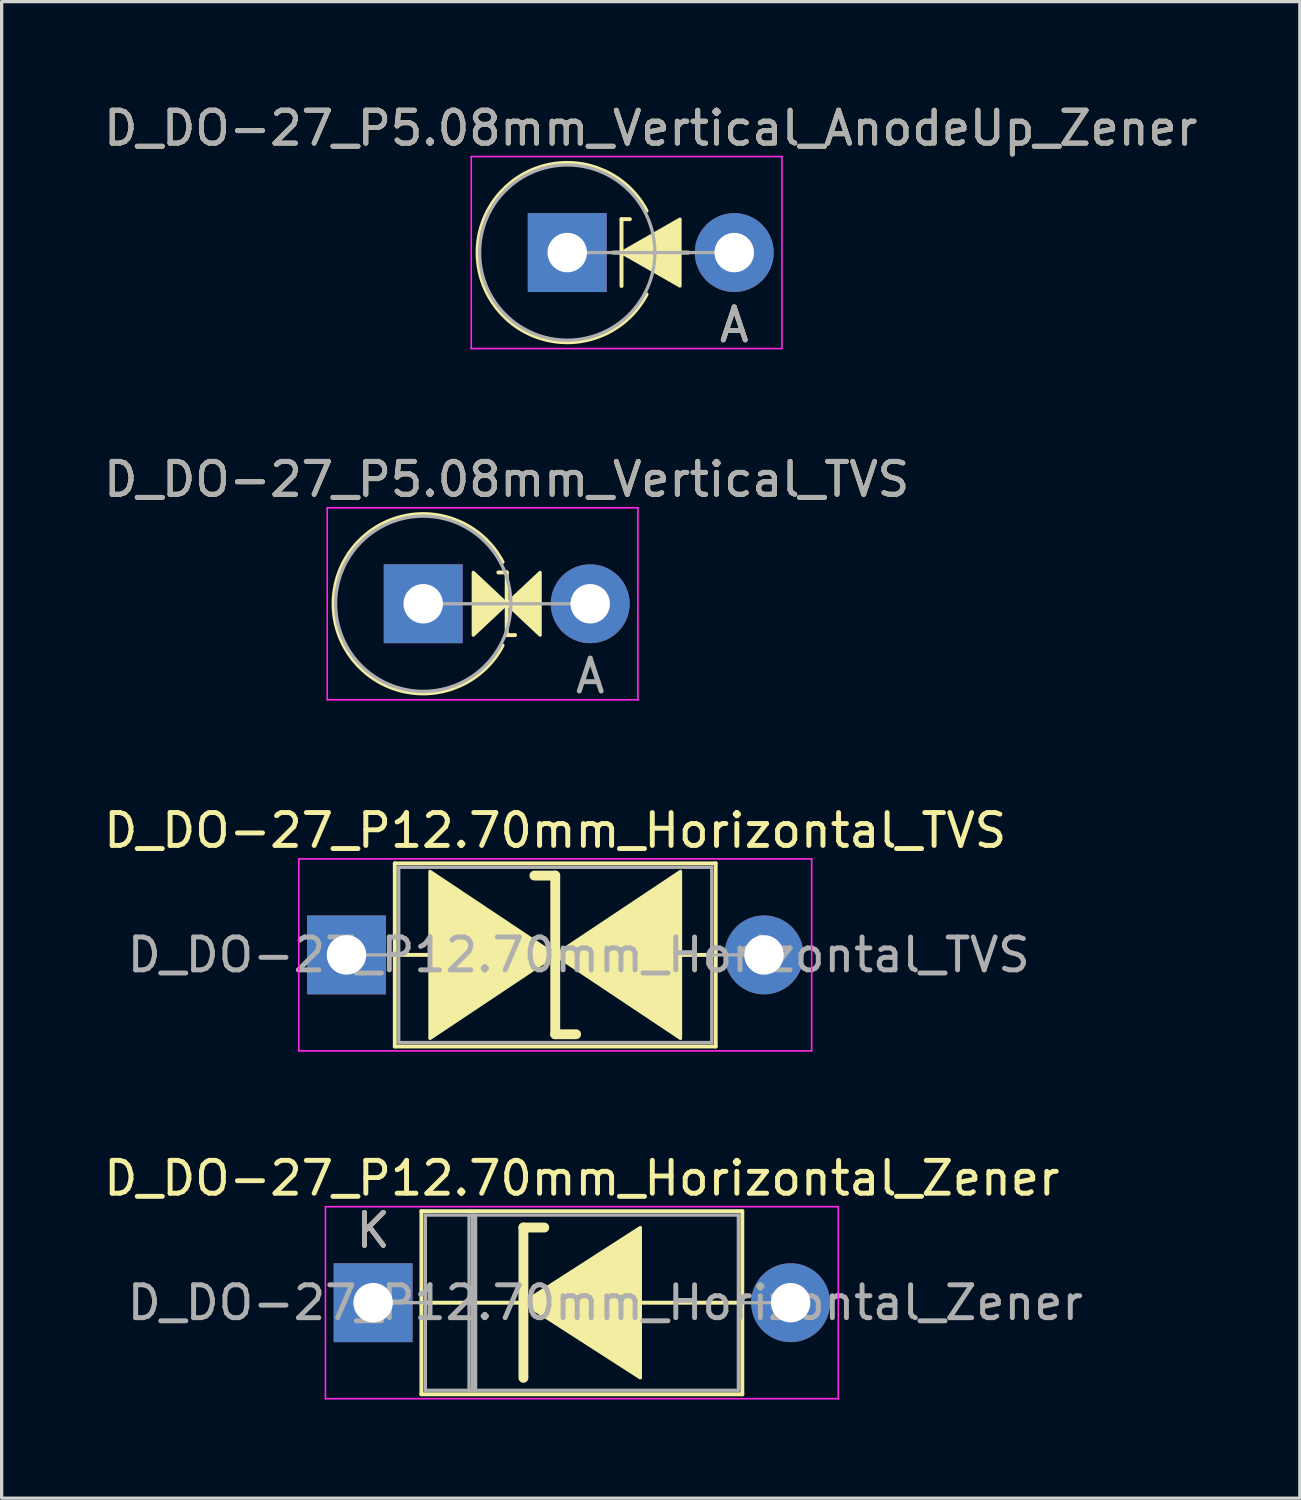
<source format=kicad_pcb>
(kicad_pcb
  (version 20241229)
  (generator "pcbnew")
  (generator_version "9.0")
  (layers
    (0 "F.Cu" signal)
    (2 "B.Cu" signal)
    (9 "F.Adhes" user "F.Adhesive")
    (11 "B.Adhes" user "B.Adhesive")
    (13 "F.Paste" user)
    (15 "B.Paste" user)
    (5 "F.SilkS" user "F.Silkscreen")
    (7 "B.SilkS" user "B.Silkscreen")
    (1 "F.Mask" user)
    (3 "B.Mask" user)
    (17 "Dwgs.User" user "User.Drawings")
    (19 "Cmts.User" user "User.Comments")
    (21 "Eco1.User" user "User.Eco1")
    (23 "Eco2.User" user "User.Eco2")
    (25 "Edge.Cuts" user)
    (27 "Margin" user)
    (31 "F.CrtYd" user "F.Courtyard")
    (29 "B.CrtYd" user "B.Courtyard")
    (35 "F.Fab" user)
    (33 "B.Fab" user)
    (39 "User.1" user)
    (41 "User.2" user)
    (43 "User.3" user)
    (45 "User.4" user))
  (footprint "D_DO-27_P12.70mm_Horizontal_TVS"
    (layer "F.Cu")
    (at 7.489 25.996)
    (property "Reference" "D_DO-27_P12.70mm_Horizontal_TVS" (at 6.35 -3.785 0) (layer "F.SilkS") (effects (font (size 1 1) (thickness 0.15))))
    (attr through_hole)
    (fp_line (start 1.44 0) (end 1.47 0) (stroke (width 0.12) (type solid)) (layer "F.SilkS"))
    (fp_line (start 1.47 -2.785) (end 1.47 2.785) (stroke (width 0.12) (type solid)) (layer "F.SilkS"))
    (fp_line (start 1.47 0) (end 2.54 0) (stroke (width 0.12) (type solid)) (layer "F.SilkS"))
    (fp_line (start 1.47 2.785) (end 11.23 2.785) (stroke (width 0.12) (type solid)) (layer "F.SilkS"))
    (fp_line (start 6.35 -2.413) (end 5.715 -2.413) (stroke (width 0.3) (type solid)) (layer "F.SilkS"))
    (fp_line (start 6.35 2.413) (end 6.35 -2.413) (stroke (width 0.3) (type solid)) (layer "F.SilkS"))
    (fp_line (start 6.985 2.413) (end 6.35 2.413) (stroke (width 0.3) (type solid)) (layer "F.SilkS"))
    (fp_line (start 10.16 0) (end 11.23 0) (stroke (width 0.12) (type solid)) (layer "F.SilkS"))
    (fp_line (start 11.23 -2.785) (end 1.47 -2.785) (stroke (width 0.12) (type solid)) (layer "F.SilkS"))
    (fp_line (start 11.23 2.785) (end 11.23 -2.785) (stroke (width 0.12) (type solid)) (layer "F.SilkS"))
    (fp_line (start 11.26 0) (end 11.23 0) (stroke (width 0.12) (type solid)) (layer "F.SilkS"))
    (fp_poly (pts (xy 6.35 0) (xy 2.54 2.54) (xy 2.54 -2.54)) (stroke (width 0.1) (type solid)) (fill yes) (layer "F.SilkS"))
    (fp_poly (pts (xy 6.35 0) (xy 10.16 -2.54) (xy 10.16 2.54)) (stroke (width 0.1) (type solid)) (fill yes) (layer "F.SilkS"))
    (fp_line (start -1.45 -2.92) (end -1.45 2.92) (stroke (width 0.05) (type solid)) (layer "F.CrtYd"))
    (fp_line (start -1.45 2.92) (end 14.15 2.92) (stroke (width 0.05) (type solid)) (layer "F.CrtYd"))
    (fp_line (start 14.15 -2.92) (end -1.45 -2.92) (stroke (width 0.05) (type solid)) (layer "F.CrtYd"))
    (fp_line (start 14.15 2.92) (end 14.15 -2.92) (stroke (width 0.05) (type solid)) (layer "F.CrtYd"))
    (fp_line (start 0 0) (end 1.59 0) (stroke (width 0.1) (type solid)) (layer "F.Fab"))
    (fp_line (start 1.59 -2.665) (end 1.59 2.665) (stroke (width 0.1) (type solid)) (layer "F.Fab"))
    (fp_line (start 1.59 2.665) (end 11.11 2.665) (stroke (width 0.1) (type solid)) (layer "F.Fab"))
    (fp_line (start 11.11 -2.665) (end 1.59 -2.665) (stroke (width 0.1) (type solid)) (layer "F.Fab"))
    (fp_line (start 11.11 2.665) (end 11.11 -2.665) (stroke (width 0.1) (type solid)) (layer "F.Fab"))
    (fp_line (start 12.7 0) (end 11.11 0) (stroke (width 0.1) (type solid)) (layer "F.Fab"))
    (fp_text user "${REFERENCE}" (at 7.064 0 0) (layer "F.Fab") (effects (font (size 1 1) (thickness 0.15))))
    (pad "1" thru_hole rect (at 0 0) (size 2.4 2.4) (drill 1.2) (layers "*.Cu" "*.Mask"))
    (pad "2" thru_hole oval (at 12.7 0) (size 2.4 2.4) (drill 1.2) (layers "*.Cu" "*.Mask")))
  (footprint "D_DO-27_P12.70mm_Horizontal_Zener"
    (layer "F.Cu")
    (at 8.299 36.575)
    (property "Reference" "D_DO-27_P12.70mm_Horizontal_Zener" (at 6.35 -3.785 0) (layer "F.SilkS") (effects (font (size 1 1) (thickness 0.15))))
    (attr through_hole)
    (fp_line (start 1.44 0) (end 1.47 0) (stroke (width 0.12) (type solid)) (layer "F.SilkS"))
    (fp_line (start 1.47 -2.785) (end 1.47 2.785) (stroke (width 0.12) (type solid)) (layer "F.SilkS"))
    (fp_line (start 1.47 2.785) (end 11.23 2.785) (stroke (width 0.12) (type solid)) (layer "F.SilkS"))
    (fp_line (start 4.572 -2.286) (end 4.572 2.286) (stroke (width 0.3) (type solid)) (layer "F.SilkS"))
    (fp_line (start 4.572 -2.286) (end 5.207 -2.286) (stroke (width 0.3) (type solid)) (layer "F.SilkS"))
    (fp_line (start 4.572 0) (end 1.47 0) (stroke (width 0.12) (type solid)) (layer "F.SilkS"))
    (fp_line (start 8.001 0) (end 11.23 0) (stroke (width 0.12) (type solid)) (layer "F.SilkS"))
    (fp_line (start 11.23 -2.785) (end 1.47 -2.785) (stroke (width 0.12) (type solid)) (layer "F.SilkS"))
    (fp_line (start 11.23 2.785) (end 11.23 -2.785) (stroke (width 0.12) (type solid)) (layer "F.SilkS"))
    (fp_line (start 11.26 0) (end 11.23 0) (stroke (width 0.12) (type solid)) (layer "F.SilkS"))
    (fp_poly (pts (xy 8.128 2.286) (xy 4.572 0) (xy 8.128 -2.286)) (stroke (width 0.1) (type solid)) (fill yes) (layer "F.SilkS"))
    (fp_line (start -1.45 -2.92) (end -1.45 2.92) (stroke (width 0.05) (type solid)) (layer "F.CrtYd"))
    (fp_line (start -1.45 2.92) (end 14.15 2.92) (stroke (width 0.05) (type solid)) (layer "F.CrtYd"))
    (fp_line (start 14.15 -2.92) (end -1.45 -2.92) (stroke (width 0.05) (type solid)) (layer "F.CrtYd"))
    (fp_line (start 14.15 2.92) (end 14.15 -2.92) (stroke (width 0.05) (type solid)) (layer "F.CrtYd"))
    (fp_line (start 0 0) (end 1.59 0) (stroke (width 0.1) (type solid)) (layer "F.Fab"))
    (fp_line (start 1.59 -2.665) (end 1.59 2.665) (stroke (width 0.1) (type solid)) (layer "F.Fab"))
    (fp_line (start 1.59 2.665) (end 11.11 2.665) (stroke (width 0.1) (type solid)) (layer "F.Fab"))
    (fp_line (start 2.918 -2.665) (end 2.918 2.665) (stroke (width 0.1) (type solid)) (layer "F.Fab"))
    (fp_line (start 3.018 -2.665) (end 3.018 2.665) (stroke (width 0.1) (type solid)) (layer "F.Fab"))
    (fp_line (start 3.118 -2.665) (end 3.118 2.665) (stroke (width 0.1) (type solid)) (layer "F.Fab"))
    (fp_line (start 11.11 -2.665) (end 1.59 -2.665) (stroke (width 0.1) (type solid)) (layer "F.Fab"))
    (fp_line (start 11.11 2.665) (end 11.11 -2.665) (stroke (width 0.1) (type solid)) (layer "F.Fab"))
    (fp_line (start 12.7 0) (end 11.11 0) (stroke (width 0.1) (type solid)) (layer "F.Fab"))
    (fp_text user "K" (at 0 -2.2 0) (layer "F.SilkS") (effects (font (size 1 1) (thickness 0.15))))
    (fp_text user "K" (at 0 -2.2 0) (layer "F.Fab") (effects (font (size 1 1) (thickness 0.15))))
    (fp_text user "${REFERENCE}" (at 7.064 0 0) (layer "F.Fab") (effects (font (size 1 1) (thickness 0.15))))
    (pad "1" thru_hole rect (at 0 0) (size 2.4 2.4) (drill 1.2) (layers "*.Cu" "*.Mask"))
    (pad "2" thru_hole oval (at 12.7 0) (size 2.4 2.4) (drill 1.2) (layers "*.Cu" "*.Mask")))
  (footprint "D_DO-27_P5.08mm_Vertical_AnodeUp_Zener"
    (layer "F.Cu")
    (at 14.204 4.633)
    (property "Reference" "D_DO-27_P5.08mm_Vertical_AnodeUp_Zener" (at 2.54 -3.785 0) (layer "F.SilkS") (effects (font (size 1 1) (thickness 0.15))))
    (attr through_hole)
    (fp_line (start 1.397 0) (end 3.683 0) (stroke (width 0.12) (type solid)) (layer "F.SilkS"))
    (fp_line (start 1.651 -1.016) (end 1.651 1.016) (stroke (width 0.12) (type solid)) (layer "F.SilkS"))
    (fp_line (start 1.651 -1.016) (end 1.905 -1.016) (stroke (width 0.12) (type solid)) (layer "F.SilkS"))
    (fp_arc (start 2.412999 1.27) (mid -2.726805 0) (end 2.412999 -1.269999) (stroke (width 0.12) (type solid)) (layer "F.SilkS"))
    (fp_poly (pts (xy 3.429 1.016) (xy 1.651 0) (xy 3.429 -1.016)) (stroke (width 0.1) (type solid)) (fill yes) (layer "F.SilkS"))
    (fp_line (start -2.92 -2.92) (end -2.92 2.92) (stroke (width 0.05) (type solid)) (layer "F.CrtYd"))
    (fp_line (start -2.92 2.92) (end 6.53 2.92) (stroke (width 0.05) (type solid)) (layer "F.CrtYd"))
    (fp_line (start 6.53 -2.92) (end -2.92 -2.92) (stroke (width 0.05) (type solid)) (layer "F.CrtYd"))
    (fp_line (start 6.53 2.92) (end 6.53 -2.92) (stroke (width 0.05) (type solid)) (layer "F.CrtYd"))
    (fp_line (start 0 0) (end 5.08 0) (stroke (width 0.1) (type solid)) (layer "F.Fab"))
    (fp_circle (center 0 0) (end 2.665 0) (stroke (width 0.1) (type solid)) (fill no) (layer "F.Fab"))
    (fp_text user "A" (at 5.08 2.2 0) (layer "F.SilkS") (effects (font (size 1 1) (thickness 0.15))))
    (fp_text user "A" (at 5.08 2.2 0) (layer "F.Fab") (effects (font (size 1 1) (thickness 0.15))))
    (fp_text user "${REFERENCE}" (at 2.54 -3.785 0) (layer "F.Fab") (effects (font (size 1 1) (thickness 0.15))))
    (pad "1" thru_hole rect (at 0 0) (size 2.4 2.4) (drill 1.2) (layers "*.Cu" "*.Mask"))
    (pad "2" thru_hole oval (at 5.08 0) (size 2.4 2.4) (drill 1.2) (layers "*.Cu" "*.Mask")))
  (footprint "D_DO-27_P5.08mm_Vertical_TVS"
    (layer "F.Cu")
    (at 9.823 15.315)
    (property "Reference" "D_DO-27_P5.08mm_Vertical_TVS" (at 2.54 -3.785 0) (layer "F.SilkS") (effects (font (size 1 1) (thickness 0.15))))
    (attr through_hole)
    (fp_line (start 2.54 -0.953) (end 2.286 -0.953) (stroke (width 0.12) (type solid)) (layer "F.SilkS"))
    (fp_line (start 2.54 -0.953) (end 2.54 0.953) (stroke (width 0.12) (type solid)) (layer "F.SilkS"))
    (fp_line (start 2.54 0.953) (end 2.794 0.953) (stroke (width 0.12) (type solid)) (layer "F.SilkS"))
    (fp_arc (start 2.412999 1.27) (mid -2.726805 0) (end 2.412999 -1.269999) (stroke (width 0.12) (type solid)) (layer "F.SilkS"))
    (fp_poly (pts (xy 1.524 -0.953) (xy 2.54 0) (xy 1.524 0.953)) (stroke (width 0.1) (type solid)) (fill yes) (layer "F.SilkS"))
    (fp_poly (pts (xy 3.556 0.953) (xy 2.54 0) (xy 3.556 -0.953)) (stroke (width 0.1) (type solid)) (fill yes) (layer "F.SilkS"))
    (fp_line (start -2.92 -2.92) (end -2.92 2.92) (stroke (width 0.05) (type solid)) (layer "F.CrtYd"))
    (fp_line (start -2.92 2.92) (end 6.53 2.92) (stroke (width 0.05) (type solid)) (layer "F.CrtYd"))
    (fp_line (start 6.53 -2.92) (end -2.92 -2.92) (stroke (width 0.05) (type solid)) (layer "F.CrtYd"))
    (fp_line (start 6.53 2.92) (end 6.53 -2.92) (stroke (width 0.05) (type solid)) (layer "F.CrtYd"))
    (fp_line (start 0 0) (end 5.08 0) (stroke (width 0.1) (type solid)) (layer "F.Fab"))
    (fp_circle (center 0 0) (end 2.665 0) (stroke (width 0.1) (type solid)) (fill no) (layer "F.Fab"))
    (fp_text user "${REFERENCE}" (at 2.54 -3.785 0) (layer "F.Fab") (effects (font (size 1 1) (thickness 0.15))))
    (fp_text user "A" (at 5.08 2.2 0) (layer "F.Fab") (effects (font (size 1 1) (thickness 0.15))))
    (pad "1" thru_hole rect (at 0 0) (size 2.4 2.4) (drill 1.2) (layers "*.Cu" "*.Mask"))
    (pad "2" thru_hole oval (at 5.08 0) (size 2.4 2.4) (drill 1.2) (layers "*.Cu" "*.Mask")))
  (gr_rect
    (start -3 -3)
    (end 36.488 42.52)
    (stroke (width 0.1) (type default))
    (fill no)
    (layer "Edge.Cuts")))
</source>
